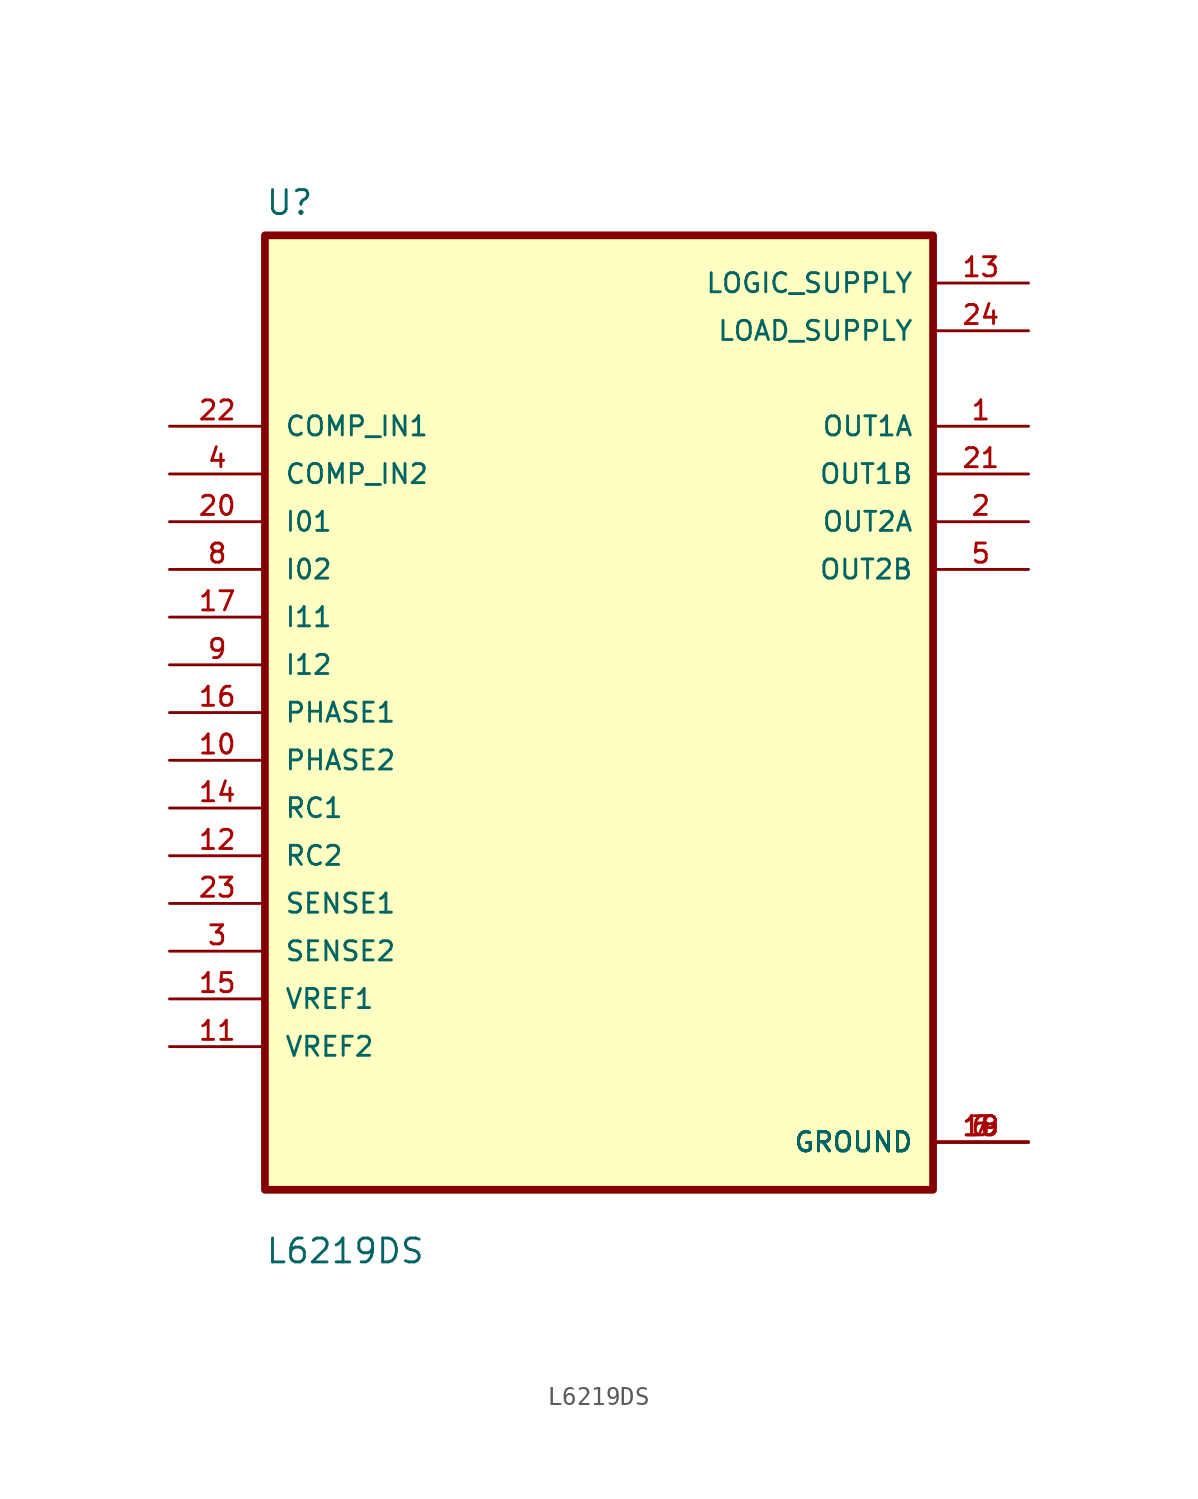
<source format=kicad_sym>
(kicad_symbol_lib
  (version 20211014)
  (generator kicad_symbol_editor)
  (symbol "L6219DS"
    (pin_names
      (offset 1.016))
    (property "Reference" "U"
      (at -17.78 26.4 0.0)
      (effects (font (size 1.27 1.27)) (justify bottom left)))
    (property "Value" "L6219DS"
      (at -17.78 -29.4 0.0)
      (effects (font (size 1.27 1.27)) (justify bottom left)))
    (symbol "L6219DS_0_0"
      (rectangle (start -17.78 -25.4) (end 17.78 25.4) (stroke (width 0.41)) (fill (type background)))
      (pin input line (at -22.86 15.24 0) (length 5.08) (name "COMP_IN1" (effects (font (size 1.016 1.016)))) (number "22" (effects (font (size 1.016 1.016)))))
      (pin input line (at -22.86 12.7 0) (length 5.08) (name "COMP_IN2" (effects (font (size 1.016 1.016)))) (number "4" (effects (font (size 1.016 1.016)))))
      (pin input line (at -22.86 10.16 0) (length 5.08) (name "I01" (effects (font (size 1.016 1.016)))) (number "20" (effects (font (size 1.016 1.016)))))
      (pin input line (at -22.86 7.62 0) (length 5.08) (name "I02" (effects (font (size 1.016 1.016)))) (number "8" (effects (font (size 1.016 1.016)))))
      (pin input line (at -22.86 5.08 0) (length 5.08) (name "I11" (effects (font (size 1.016 1.016)))) (number "17" (effects (font (size 1.016 1.016)))))
      (pin input line (at -22.86 2.54 0) (length 5.08) (name "I12" (effects (font (size 1.016 1.016)))) (number "9" (effects (font (size 1.016 1.016)))))
      (pin input line (at -22.86 0.0 0) (length 5.08) (name "PHASE1" (effects (font (size 1.016 1.016)))) (number "16" (effects (font (size 1.016 1.016)))))
      (pin input line (at -22.86 -2.54 0) (length 5.08) (name "PHASE2" (effects (font (size 1.016 1.016)))) (number "10" (effects (font (size 1.016 1.016)))))
      (pin input line (at -22.86 -5.08 0) (length 5.08) (name "RC1" (effects (font (size 1.016 1.016)))) (number "14" (effects (font (size 1.016 1.016)))))
      (pin input line (at -22.86 -7.62 0) (length 5.08) (name "RC2" (effects (font (size 1.016 1.016)))) (number "12" (effects (font (size 1.016 1.016)))))
      (pin input line (at -22.86 -10.16 0) (length 5.08) (name "SENSE1" (effects (font (size 1.016 1.016)))) (number "23" (effects (font (size 1.016 1.016)))))
      (pin input line (at -22.86 -12.7 0) (length 5.08) (name "SENSE2" (effects (font (size 1.016 1.016)))) (number "3" (effects (font (size 1.016 1.016)))))
      (pin input line (at -22.86 -15.24 0) (length 5.08) (name "VREF1" (effects (font (size 1.016 1.016)))) (number "15" (effects (font (size 1.016 1.016)))))
      (pin input line (at -22.86 -17.78 0) (length 5.08) (name "VREF2" (effects (font (size 1.016 1.016)))) (number "11" (effects (font (size 1.016 1.016)))))
      (pin power_in line (at 22.86 20.32 180.0) (length 5.08) (name "LOAD_SUPPLY" (effects (font (size 1.016 1.016)))) (number "24" (effects (font (size 1.016 1.016)))))
      (pin power_in line (at 22.86 22.86 180.0) (length 5.08) (name "LOGIC_SUPPLY" (effects (font (size 1.016 1.016)))) (number "13" (effects (font (size 1.016 1.016)))))
      (pin output line (at 22.86 15.24 180.0) (length 5.08) (name "OUT1A" (effects (font (size 1.016 1.016)))) (number "1" (effects (font (size 1.016 1.016)))))
      (pin output line (at 22.86 12.7 180.0) (length 5.08) (name "OUT1B" (effects (font (size 1.016 1.016)))) (number "21" (effects (font (size 1.016 1.016)))))
      (pin output line (at 22.86 10.16 180.0) (length 5.08) (name "OUT2A" (effects (font (size 1.016 1.016)))) (number "2" (effects (font (size 1.016 1.016)))))
      (pin output line (at 22.86 7.62 180.0) (length 5.08) (name "OUT2B" (effects (font (size 1.016 1.016)))) (number "5" (effects (font (size 1.016 1.016)))))
      (pin power_in line (at 22.86 -22.86 180.0) (length 5.08) (name "GROUND" (effects (font (size 1.016 1.016)))) (number "6" (effects (font (size 1.016 1.016)))))
      (pin power_in line (at 22.86 -22.86 180.0) (length 5.08) (name "GROUND" (effects (font (size 1.016 1.016)))) (number "7" (effects (font (size 1.016 1.016)))))
      (pin power_in line (at 22.86 -22.86 180.0) (length 5.08) (name "GROUND" (effects (font (size 1.016 1.016)))) (number "18" (effects (font (size 1.016 1.016)))))
      (pin power_in line (at 22.86 -22.86 180.0) (length 5.08) (name "GROUND" (effects (font (size 1.016 1.016)))) (number "19" (effects (font (size 1.016 1.016))))))))
</source>
